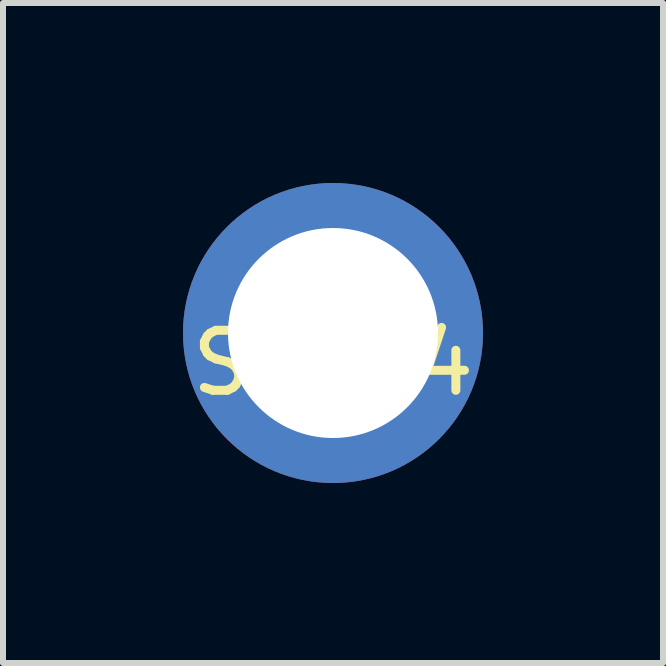
<source format=kicad_pcb>
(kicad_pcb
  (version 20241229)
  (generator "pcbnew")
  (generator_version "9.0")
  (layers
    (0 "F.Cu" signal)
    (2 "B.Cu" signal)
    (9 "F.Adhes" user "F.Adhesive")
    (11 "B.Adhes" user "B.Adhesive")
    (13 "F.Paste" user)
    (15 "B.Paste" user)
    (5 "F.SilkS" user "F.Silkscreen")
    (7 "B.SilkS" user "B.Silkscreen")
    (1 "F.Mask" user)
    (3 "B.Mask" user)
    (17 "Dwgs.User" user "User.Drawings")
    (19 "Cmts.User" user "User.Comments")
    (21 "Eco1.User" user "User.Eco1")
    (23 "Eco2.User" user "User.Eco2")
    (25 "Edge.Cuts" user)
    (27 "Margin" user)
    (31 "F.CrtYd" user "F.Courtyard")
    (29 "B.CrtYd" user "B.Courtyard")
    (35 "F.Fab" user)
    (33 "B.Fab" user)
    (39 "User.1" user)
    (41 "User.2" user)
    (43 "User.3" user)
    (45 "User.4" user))
  (footprint "SA404"
    (layer "F.Cu")
    (at 2.5 2.5)
    (property "Reference" "SA404" (at 0 0.5 0) (layer "F.SilkS") (effects (font (size 1 1) (thickness 0.15))))
    (attr through_hole)
    (pad "1" thru_hole circle (at 0 0) (size 5 5) (drill 3.5) (layers "*.Cu" "*.Mask")))
  (gr_rect
    (start -3 -3)
    (end 8 8)
    (stroke (width 0.1) (type default))
    (fill no)
    (layer "Edge.Cuts")))
</source>
